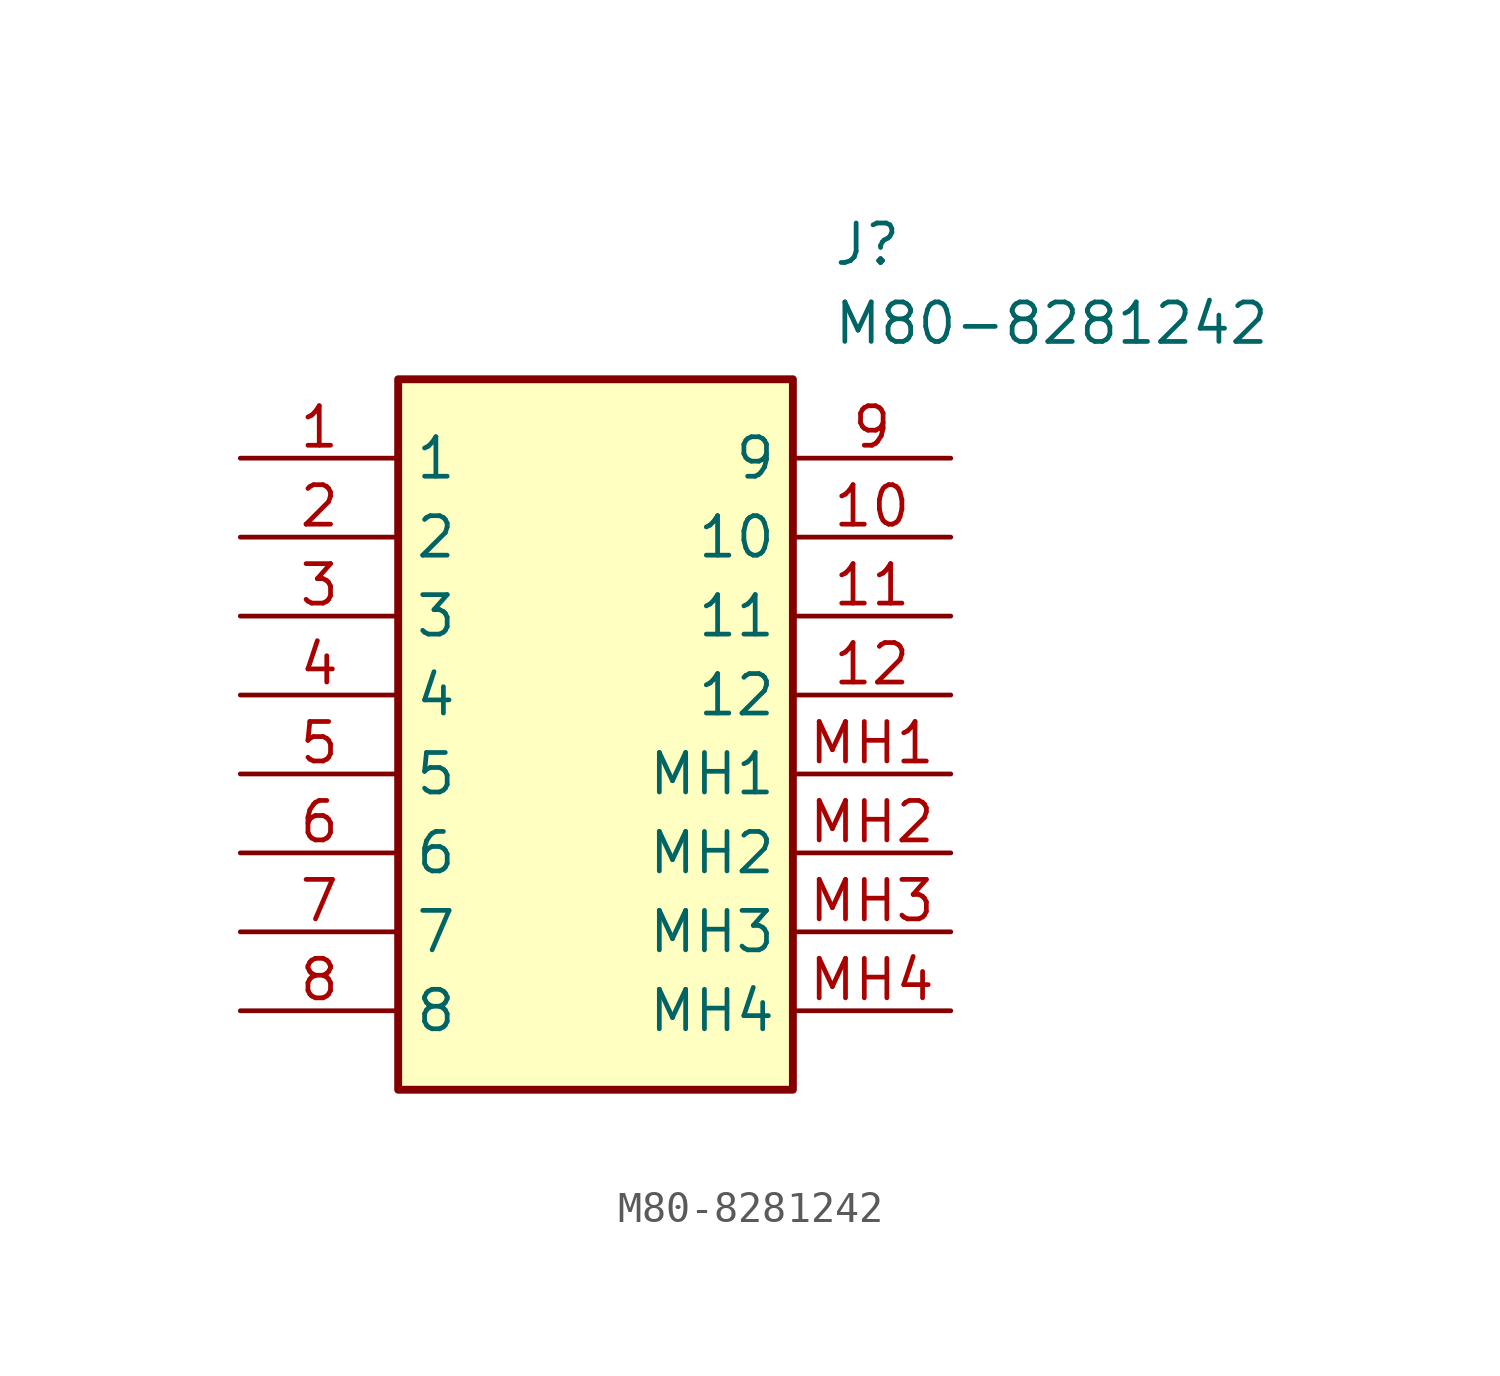
<source format=kicad_sym>
(kicad_symbol_lib
  (version 20211014)
  (generator SamacSys_ECAD_Model)
  (symbol "M80-8281242"
    (property "Reference" "J"
      (at 19.05 7.62 0)
      (effects (font (size 1.27 1.27)) (justify left top)))
    (property "Value" "M80-8281242"
      (at 19.05 5.08 0)
      (effects (font (size 1.27 1.27)) (justify left top)))
    (rectangle
      (start 5.08 2.54)
      (end 17.78 -20.32)
      (stroke (width 0.254) (type default))
      (fill (type background)))
    (pin passive line
      (at 0 0 0)
      (length 5.08)
      (name "1" (effects (font (size 1.27 1.27))))
      (number "1" (effects (font (size 1.27 1.27)))))
    (pin passive line
      (at 0 -2.54 0)
      (length 5.08)
      (name "2" (effects (font (size 1.27 1.27))))
      (number "2" (effects (font (size 1.27 1.27)))))
    (pin passive line
      (at 0 -5.08 0)
      (length 5.08)
      (name "3" (effects (font (size 1.27 1.27))))
      (number "3" (effects (font (size 1.27 1.27)))))
    (pin passive line
      (at 0 -7.62 0)
      (length 5.08)
      (name "4" (effects (font (size 1.27 1.27))))
      (number "4" (effects (font (size 1.27 1.27)))))
    (pin passive line
      (at 0 -10.16 0)
      (length 5.08)
      (name "5" (effects (font (size 1.27 1.27))))
      (number "5" (effects (font (size 1.27 1.27)))))
    (pin passive line
      (at 0 -12.7 0)
      (length 5.08)
      (name "6" (effects (font (size 1.27 1.27))))
      (number "6" (effects (font (size 1.27 1.27)))))
    (pin passive line
      (at 0 -15.24 0)
      (length 5.08)
      (name "7" (effects (font (size 1.27 1.27))))
      (number "7" (effects (font (size 1.27 1.27)))))
    (pin passive line
      (at 0 -17.78 0)
      (length 5.08)
      (name "8" (effects (font (size 1.27 1.27))))
      (number "8" (effects (font (size 1.27 1.27)))))
    (pin passive line
      (at 22.86 0 180)
      (length 5.08)
      (name "9" (effects (font (size 1.27 1.27))))
      (number "9" (effects (font (size 1.27 1.27)))))
    (pin passive line
      (at 22.86 -2.54 180)
      (length 5.08)
      (name "10" (effects (font (size 1.27 1.27))))
      (number "10" (effects (font (size 1.27 1.27)))))
    (pin passive line
      (at 22.86 -5.08 180)
      (length 5.08)
      (name "11" (effects (font (size 1.27 1.27))))
      (number "11" (effects (font (size 1.27 1.27)))))
    (pin passive line
      (at 22.86 -7.62 180)
      (length 5.08)
      (name "12" (effects (font (size 1.27 1.27))))
      (number "12" (effects (font (size 1.27 1.27)))))
    (pin passive line
      (at 22.86 -10.16 180)
      (length 5.08)
      (name "MH1" (effects (font (size 1.27 1.27))))
      (number "MH1" (effects (font (size 1.27 1.27)))))
    (pin passive line
      (at 22.86 -12.7 180)
      (length 5.08)
      (name "MH2" (effects (font (size 1.27 1.27))))
      (number "MH2" (effects (font (size 1.27 1.27)))))
    (pin passive line
      (at 22.86 -15.24 180)
      (length 5.08)
      (name "MH3" (effects (font (size 1.27 1.27))))
      (number "MH3" (effects (font (size 1.27 1.27)))))
    (pin passive line
      (at 22.86 -17.78 180)
      (length 5.08)
      (name "MH4" (effects (font (size 1.27 1.27))))
      (number "MH4" (effects (font (size 1.27 1.27)))))))
</source>
